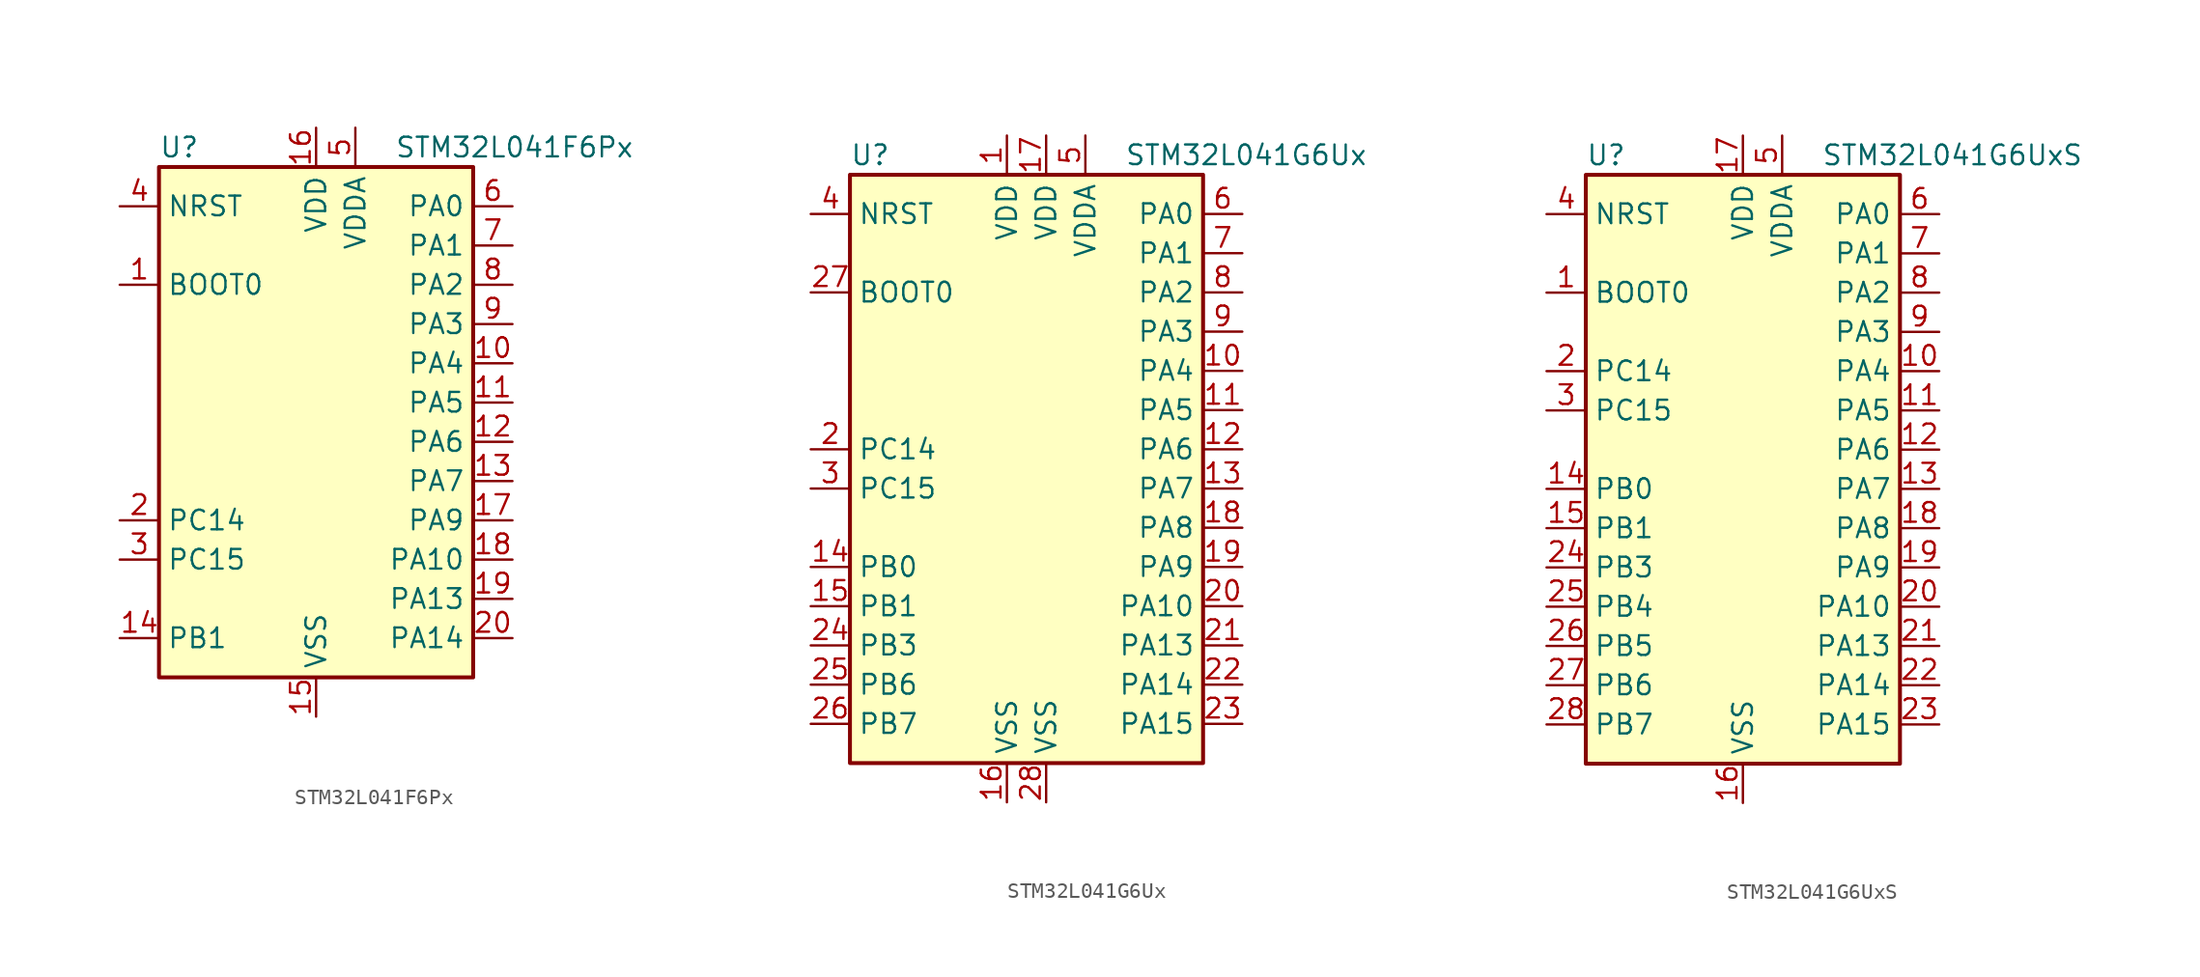
<source format=kicad_sym>
(kicad_symbol_lib
  (version 20211014)
  (generator kicad_symbol_editor)
  (symbol "STM32L041F6Px"
    (property "Reference" "U"
      (at -10.16 16.51 0)
      (effects (font (size 1.27 1.27)) (justify left)))
    (property "Value" "STM32L041F6Px"
      (at 5.08 16.51 0)
      (effects (font (size 1.27 1.27)) (justify left)))
    (symbol "STM32L041F6Px_0_1"
      (rectangle (start -10.16 -17.78) (end 10.16 15.24) (stroke (width 0.254) (type default) (color 0 0 0 0)) (fill (type background))))
    (symbol "STM32L041F6Px_1_1"
      (pin input line (at -12.7 7.62 0) (length 2.54) (name "BOOT0" (effects (font (size 1.27 1.27)))) (number "1" (effects (font (size 1.27 1.27)))))
      (pin bidirectional line (at 12.7 2.54 180) (length 2.54) (name "PA4" (effects (font (size 1.27 1.27)))) (number "10" (effects (font (size 1.27 1.27)))))
      (pin bidirectional line (at 12.7 0 180) (length 2.54) (name "PA5" (effects (font (size 1.27 1.27)))) (number "11" (effects (font (size 1.27 1.27)))))
      (pin bidirectional line (at 12.7 -2.54 180) (length 2.54) (name "PA6" (effects (font (size 1.27 1.27)))) (number "12" (effects (font (size 1.27 1.27)))))
      (pin bidirectional line (at 12.7 -5.08 180) (length 2.54) (name "PA7" (effects (font (size 1.27 1.27)))) (number "13" (effects (font (size 1.27 1.27)))))
      (pin bidirectional line (at -12.7 -15.24 0) (length 2.54) (name "PB1" (effects (font (size 1.27 1.27)))) (number "14" (effects (font (size 1.27 1.27)))))
      (pin power_in line (at 0 -20.32 90) (length 2.54) (name "VSS" (effects (font (size 1.27 1.27)))) (number "15" (effects (font (size 1.27 1.27)))))
      (pin power_in line (at 0 17.78 270) (length 2.54) (name "VDD" (effects (font (size 1.27 1.27)))) (number "16" (effects (font (size 1.27 1.27)))))
      (pin bidirectional line (at 12.7 -7.62 180) (length 2.54) (name "PA9" (effects (font (size 1.27 1.27)))) (number "17" (effects (font (size 1.27 1.27)))))
      (pin bidirectional line (at 12.7 -10.16 180) (length 2.54) (name "PA10" (effects (font (size 1.27 1.27)))) (number "18" (effects (font (size 1.27 1.27)))))
      (pin bidirectional line (at 12.7 -12.7 180) (length 2.54) (name "PA13" (effects (font (size 1.27 1.27)))) (number "19" (effects (font (size 1.27 1.27)))))
      (pin bidirectional line (at -12.7 -7.62 0) (length 2.54) (name "PC14" (effects (font (size 1.27 1.27)))) (number "2" (effects (font (size 1.27 1.27)))))
      (pin bidirectional line (at 12.7 -15.24 180) (length 2.54) (name "PA14" (effects (font (size 1.27 1.27)))) (number "20" (effects (font (size 1.27 1.27)))))
      (pin bidirectional line (at -12.7 -10.16 0) (length 2.54) (name "PC15" (effects (font (size 1.27 1.27)))) (number "3" (effects (font (size 1.27 1.27)))))
      (pin input line (at -12.7 12.7 0) (length 2.54) (name "NRST" (effects (font (size 1.27 1.27)))) (number "4" (effects (font (size 1.27 1.27)))))
      (pin power_in line (at 2.54 17.78 270) (length 2.54) (name "VDDA" (effects (font (size 1.27 1.27)))) (number "5" (effects (font (size 1.27 1.27)))))
      (pin bidirectional line (at 12.7 12.7 180) (length 2.54) (name "PA0" (effects (font (size 1.27 1.27)))) (number "6" (effects (font (size 1.27 1.27)))))
      (pin bidirectional line (at 12.7 10.16 180) (length 2.54) (name "PA1" (effects (font (size 1.27 1.27)))) (number "7" (effects (font (size 1.27 1.27)))))
      (pin bidirectional line (at 12.7 7.62 180) (length 2.54) (name "PA2" (effects (font (size 1.27 1.27)))) (number "8" (effects (font (size 1.27 1.27)))))
      (pin bidirectional line (at 12.7 5.08 180) (length 2.54) (name "PA3" (effects (font (size 1.27 1.27)))) (number "9" (effects (font (size 1.27 1.27)))))))
  (symbol "STM32L041G6Ux"
    (property "Reference" "U"
      (at -12.7 19.05 0)
      (effects (font (size 1.27 1.27)) (justify left)))
    (property "Value" "STM32L041G6Ux"
      (at 5.08 19.05 0)
      (effects (font (size 1.27 1.27)) (justify left)))
    (symbol "STM32L041G6Ux_0_1"
      (rectangle (start -12.7 -20.32) (end 10.16 17.78) (stroke (width 0.254) (type default) (color 0 0 0 0)) (fill (type background))))
    (symbol "STM32L041G6Ux_1_1"
      (pin power_in line (at -2.54 20.32 270) (length 2.54) (name "VDD" (effects (font (size 1.27 1.27)))) (number "1" (effects (font (size 1.27 1.27)))))
      (pin bidirectional line (at 12.7 5.08 180) (length 2.54) (name "PA4" (effects (font (size 1.27 1.27)))) (number "10" (effects (font (size 1.27 1.27)))))
      (pin bidirectional line (at 12.7 2.54 180) (length 2.54) (name "PA5" (effects (font (size 1.27 1.27)))) (number "11" (effects (font (size 1.27 1.27)))))
      (pin bidirectional line (at 12.7 0 180) (length 2.54) (name "PA6" (effects (font (size 1.27 1.27)))) (number "12" (effects (font (size 1.27 1.27)))))
      (pin bidirectional line (at 12.7 -2.54 180) (length 2.54) (name "PA7" (effects (font (size 1.27 1.27)))) (number "13" (effects (font (size 1.27 1.27)))))
      (pin bidirectional line (at -15.24 -7.62 0) (length 2.54) (name "PB0" (effects (font (size 1.27 1.27)))) (number "14" (effects (font (size 1.27 1.27)))))
      (pin bidirectional line (at -15.24 -10.16 0) (length 2.54) (name "PB1" (effects (font (size 1.27 1.27)))) (number "15" (effects (font (size 1.27 1.27)))))
      (pin power_in line (at -2.54 -22.86 90) (length 2.54) (name "VSS" (effects (font (size 1.27 1.27)))) (number "16" (effects (font (size 1.27 1.27)))))
      (pin power_in line (at 0 20.32 270) (length 2.54) (name "VDD" (effects (font (size 1.27 1.27)))) (number "17" (effects (font (size 1.27 1.27)))))
      (pin bidirectional line (at 12.7 -5.08 180) (length 2.54) (name "PA8" (effects (font (size 1.27 1.27)))) (number "18" (effects (font (size 1.27 1.27)))))
      (pin bidirectional line (at 12.7 -7.62 180) (length 2.54) (name "PA9" (effects (font (size 1.27 1.27)))) (number "19" (effects (font (size 1.27 1.27)))))
      (pin bidirectional line (at -15.24 0 0) (length 2.54) (name "PC14" (effects (font (size 1.27 1.27)))) (number "2" (effects (font (size 1.27 1.27)))))
      (pin bidirectional line (at 12.7 -10.16 180) (length 2.54) (name "PA10" (effects (font (size 1.27 1.27)))) (number "20" (effects (font (size 1.27 1.27)))))
      (pin bidirectional line (at 12.7 -12.7 180) (length 2.54) (name "PA13" (effects (font (size 1.27 1.27)))) (number "21" (effects (font (size 1.27 1.27)))))
      (pin bidirectional line (at 12.7 -15.24 180) (length 2.54) (name "PA14" (effects (font (size 1.27 1.27)))) (number "22" (effects (font (size 1.27 1.27)))))
      (pin bidirectional line (at 12.7 -17.78 180) (length 2.54) (name "PA15" (effects (font (size 1.27 1.27)))) (number "23" (effects (font (size 1.27 1.27)))))
      (pin bidirectional line (at -15.24 -12.7 0) (length 2.54) (name "PB3" (effects (font (size 1.27 1.27)))) (number "24" (effects (font (size 1.27 1.27)))))
      (pin bidirectional line (at -15.24 -15.24 0) (length 2.54) (name "PB6" (effects (font (size 1.27 1.27)))) (number "25" (effects (font (size 1.27 1.27)))))
      (pin bidirectional line (at -15.24 -17.78 0) (length 2.54) (name "PB7" (effects (font (size 1.27 1.27)))) (number "26" (effects (font (size 1.27 1.27)))))
      (pin input line (at -15.24 10.16 0) (length 2.54) (name "BOOT0" (effects (font (size 1.27 1.27)))) (number "27" (effects (font (size 1.27 1.27)))))
      (pin power_in line (at 0 -22.86 90) (length 2.54) (name "VSS" (effects (font (size 1.27 1.27)))) (number "28" (effects (font (size 1.27 1.27)))))
      (pin bidirectional line (at -15.24 -2.54 0) (length 2.54) (name "PC15" (effects (font (size 1.27 1.27)))) (number "3" (effects (font (size 1.27 1.27)))))
      (pin input line (at -15.24 15.24 0) (length 2.54) (name "NRST" (effects (font (size 1.27 1.27)))) (number "4" (effects (font (size 1.27 1.27)))))
      (pin power_in line (at 2.54 20.32 270) (length 2.54) (name "VDDA" (effects (font (size 1.27 1.27)))) (number "5" (effects (font (size 1.27 1.27)))))
      (pin bidirectional line (at 12.7 15.24 180) (length 2.54) (name "PA0" (effects (font (size 1.27 1.27)))) (number "6" (effects (font (size 1.27 1.27)))))
      (pin bidirectional line (at 12.7 12.7 180) (length 2.54) (name "PA1" (effects (font (size 1.27 1.27)))) (number "7" (effects (font (size 1.27 1.27)))))
      (pin bidirectional line (at 12.7 10.16 180) (length 2.54) (name "PA2" (effects (font (size 1.27 1.27)))) (number "8" (effects (font (size 1.27 1.27)))))
      (pin bidirectional line (at 12.7 7.62 180) (length 2.54) (name "PA3" (effects (font (size 1.27 1.27)))) (number "9" (effects (font (size 1.27 1.27)))))))
  (symbol "STM32L041G6UxS"
    (property "Reference" "U"
      (at -10.16 19.05 0)
      (effects (font (size 1.27 1.27)) (justify left)))
    (property "Value" "STM32L041G6UxS"
      (at 5.08 19.05 0)
      (effects (font (size 1.27 1.27)) (justify left)))
    (symbol "STM32L041G6UxS_0_1"
      (rectangle (start -10.16 -20.32) (end 10.16 17.78) (stroke (width 0.254) (type default) (color 0 0 0 0)) (fill (type background))))
    (symbol "STM32L041G6UxS_1_1"
      (pin input line (at -12.7 10.16 0) (length 2.54) (name "BOOT0" (effects (font (size 1.27 1.27)))) (number "1" (effects (font (size 1.27 1.27)))))
      (pin bidirectional line (at 12.7 5.08 180) (length 2.54) (name "PA4" (effects (font (size 1.27 1.27)))) (number "10" (effects (font (size 1.27 1.27)))))
      (pin bidirectional line (at 12.7 2.54 180) (length 2.54) (name "PA5" (effects (font (size 1.27 1.27)))) (number "11" (effects (font (size 1.27 1.27)))))
      (pin bidirectional line (at 12.7 0 180) (length 2.54) (name "PA6" (effects (font (size 1.27 1.27)))) (number "12" (effects (font (size 1.27 1.27)))))
      (pin bidirectional line (at 12.7 -2.54 180) (length 2.54) (name "PA7" (effects (font (size 1.27 1.27)))) (number "13" (effects (font (size 1.27 1.27)))))
      (pin bidirectional line (at -12.7 -2.54 0) (length 2.54) (name "PB0" (effects (font (size 1.27 1.27)))) (number "14" (effects (font (size 1.27 1.27)))))
      (pin bidirectional line (at -12.7 -5.08 0) (length 2.54) (name "PB1" (effects (font (size 1.27 1.27)))) (number "15" (effects (font (size 1.27 1.27)))))
      (pin power_in line (at 0 -22.86 90) (length 2.54) (name "VSS" (effects (font (size 1.27 1.27)))) (number "16" (effects (font (size 1.27 1.27)))))
      (pin power_in line (at 0 20.32 270) (length 2.54) (name "VDD" (effects (font (size 1.27 1.27)))) (number "17" (effects (font (size 1.27 1.27)))))
      (pin bidirectional line (at 12.7 -5.08 180) (length 2.54) (name "PA8" (effects (font (size 1.27 1.27)))) (number "18" (effects (font (size 1.27 1.27)))))
      (pin bidirectional line (at 12.7 -7.62 180) (length 2.54) (name "PA9" (effects (font (size 1.27 1.27)))) (number "19" (effects (font (size 1.27 1.27)))))
      (pin bidirectional line (at -12.7 5.08 0) (length 2.54) (name "PC14" (effects (font (size 1.27 1.27)))) (number "2" (effects (font (size 1.27 1.27)))))
      (pin bidirectional line (at 12.7 -10.16 180) (length 2.54) (name "PA10" (effects (font (size 1.27 1.27)))) (number "20" (effects (font (size 1.27 1.27)))))
      (pin bidirectional line (at 12.7 -12.7 180) (length 2.54) (name "PA13" (effects (font (size 1.27 1.27)))) (number "21" (effects (font (size 1.27 1.27)))))
      (pin bidirectional line (at 12.7 -15.24 180) (length 2.54) (name "PA14" (effects (font (size 1.27 1.27)))) (number "22" (effects (font (size 1.27 1.27)))))
      (pin bidirectional line (at 12.7 -17.78 180) (length 2.54) (name "PA15" (effects (font (size 1.27 1.27)))) (number "23" (effects (font (size 1.27 1.27)))))
      (pin bidirectional line (at -12.7 -7.62 0) (length 2.54) (name "PB3" (effects (font (size 1.27 1.27)))) (number "24" (effects (font (size 1.27 1.27)))))
      (pin bidirectional line (at -12.7 -10.16 0) (length 2.54) (name "PB4" (effects (font (size 1.27 1.27)))) (number "25" (effects (font (size 1.27 1.27)))))
      (pin bidirectional line (at -12.7 -12.7 0) (length 2.54) (name "PB5" (effects (font (size 1.27 1.27)))) (number "26" (effects (font (size 1.27 1.27)))))
      (pin bidirectional line (at -12.7 -15.24 0) (length 2.54) (name "PB6" (effects (font (size 1.27 1.27)))) (number "27" (effects (font (size 1.27 1.27)))))
      (pin bidirectional line (at -12.7 -17.78 0) (length 2.54) (name "PB7" (effects (font (size 1.27 1.27)))) (number "28" (effects (font (size 1.27 1.27)))))
      (pin bidirectional line (at -12.7 2.54 0) (length 2.54) (name "PC15" (effects (font (size 1.27 1.27)))) (number "3" (effects (font (size 1.27 1.27)))))
      (pin input line (at -12.7 15.24 0) (length 2.54) (name "NRST" (effects (font (size 1.27 1.27)))) (number "4" (effects (font (size 1.27 1.27)))))
      (pin power_in line (at 2.54 20.32 270) (length 2.54) (name "VDDA" (effects (font (size 1.27 1.27)))) (number "5" (effects (font (size 1.27 1.27)))))
      (pin bidirectional line (at 12.7 15.24 180) (length 2.54) (name "PA0" (effects (font (size 1.27 1.27)))) (number "6" (effects (font (size 1.27 1.27)))))
      (pin bidirectional line (at 12.7 12.7 180) (length 2.54) (name "PA1" (effects (font (size 1.27 1.27)))) (number "7" (effects (font (size 1.27 1.27)))))
      (pin bidirectional line (at 12.7 10.16 180) (length 2.54) (name "PA2" (effects (font (size 1.27 1.27)))) (number "8" (effects (font (size 1.27 1.27)))))
      (pin bidirectional line (at 12.7 7.62 180) (length 2.54) (name "PA3" (effects (font (size 1.27 1.27)))) (number "9" (effects (font (size 1.27 1.27))))))))
</source>
